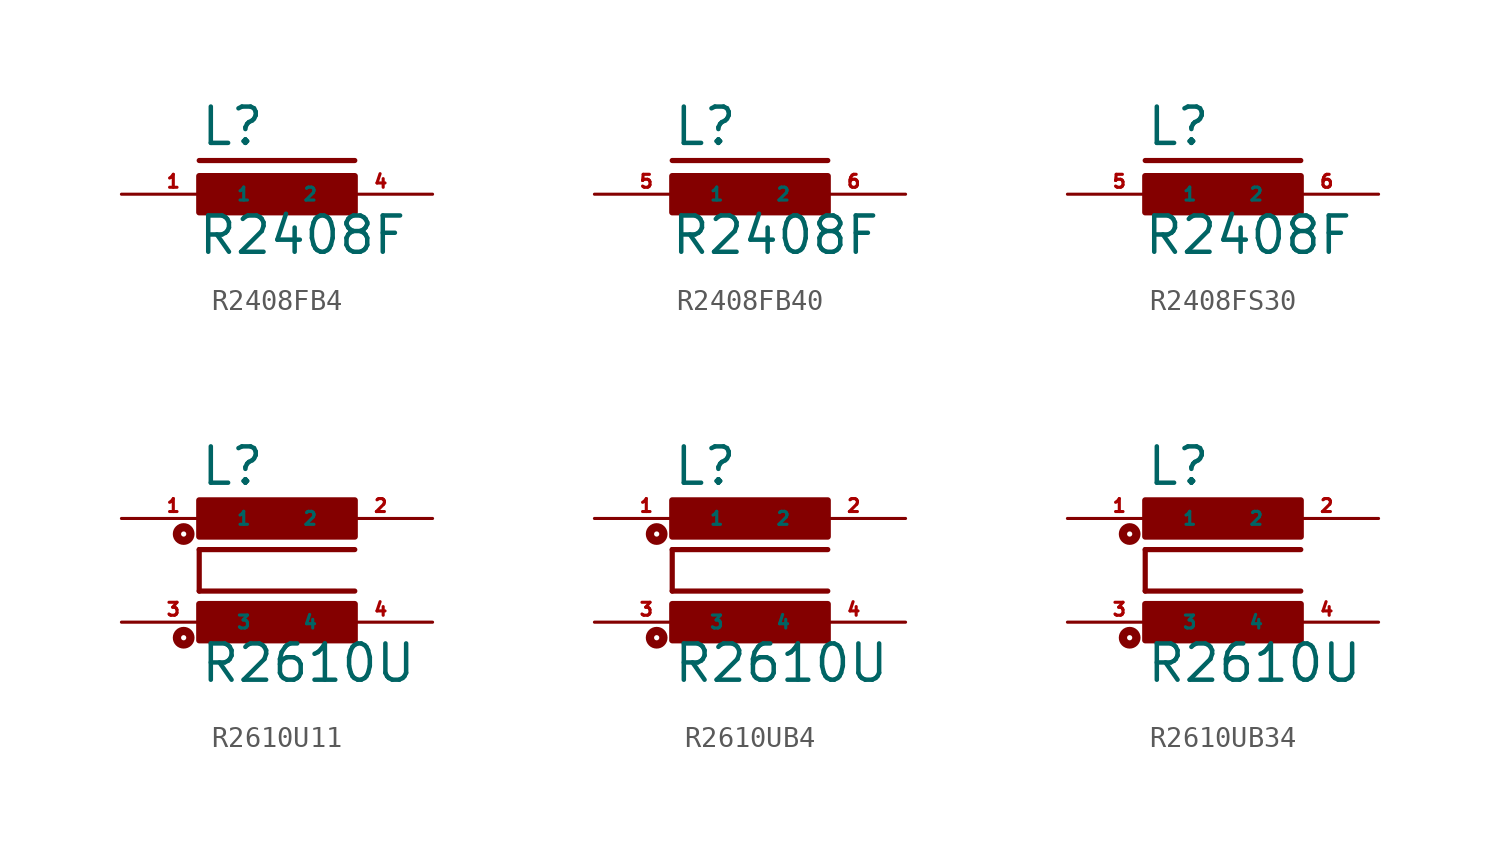
<source format=kicad_sym>
(kicad_symbol_lib
  (version 20220914)
  (generator Eagle2Kicad)
  (symbol "R2408FB4"
    (property "Reference" "L"
      (at -3.81 2.286 0)
      (effects (font (size 1.778 1.778) (thickness 0.22)) (justify left bottom)))
    (property "Value" "R2408F"
      (at -3.937 -3.048 0)
      (effects (font (size 1.778 1.778) (thickness 0.22)) (justify left bottom)))
    (polyline
      (pts (xy -3.81 1.651) (xy 3.81 1.651))
      (stroke (width 0.254) (type default))
      (fill (type none)))
    (rectangle
      (start -3.81 -0.889)
      (end 3.81 0.889)
      (stroke (width 0.3) (type default))
      (fill (type outline)))
    (pin passive line
      (at 7.62 0 180)
      (length 5.08)
      (name "2" (effects (font (size 0.635 0.635) (thickness 0.08)) (justify left bottom)))
      (number "4" (effects (font (size 0.635 0.635) (thickness 0.08)) (justify left bottom))))
    (pin passive line
      (at -7.62 0 0)
      (length 5.08)
      (name "1" (effects (font (size 0.635 0.635) (thickness 0.08)) (justify left bottom)))
      (number "1" (effects (font (size 0.635 0.635) (thickness 0.08)) (justify left bottom)))))
  (symbol "R2408FB40"
    (property "Reference" "L"
      (at -3.81 2.286 0)
      (effects (font (size 1.778 1.778) (thickness 0.22)) (justify left bottom)))
    (property "Value" "R2408F"
      (at -3.937 -3.048 0)
      (effects (font (size 1.778 1.778) (thickness 0.22)) (justify left bottom)))
    (polyline
      (pts (xy -3.81 1.651) (xy 3.81 1.651))
      (stroke (width 0.254) (type default))
      (fill (type none)))
    (rectangle
      (start -3.81 -0.889)
      (end 3.81 0.889)
      (stroke (width 0.3) (type default))
      (fill (type outline)))
    (pin passive line
      (at 7.62 0 180)
      (length 5.08)
      (name "2" (effects (font (size 0.635 0.635) (thickness 0.08)) (justify left bottom)))
      (number "6" (effects (font (size 0.635 0.635) (thickness 0.08)) (justify left bottom))))
    (pin passive line
      (at -7.62 0 0)
      (length 5.08)
      (name "1" (effects (font (size 0.635 0.635) (thickness 0.08)) (justify left bottom)))
      (number "5" (effects (font (size 0.635 0.635) (thickness 0.08)) (justify left bottom)))))
  (symbol "R2408FS30"
    (property "Reference" "L"
      (at -3.81 2.286 0)
      (effects (font (size 1.778 1.778) (thickness 0.22)) (justify left bottom)))
    (property "Value" "R2408F"
      (at -3.937 -3.048 0)
      (effects (font (size 1.778 1.778) (thickness 0.22)) (justify left bottom)))
    (polyline
      (pts (xy -3.81 1.651) (xy 3.81 1.651))
      (stroke (width 0.254) (type default))
      (fill (type none)))
    (rectangle
      (start -3.81 -0.889)
      (end 3.81 0.889)
      (stroke (width 0.3) (type default))
      (fill (type outline)))
    (pin passive line
      (at 7.62 0 180)
      (length 5.08)
      (name "2" (effects (font (size 0.635 0.635) (thickness 0.08)) (justify left bottom)))
      (number "6" (effects (font (size 0.635 0.635) (thickness 0.08)) (justify left bottom))))
    (pin passive line
      (at -7.62 0 0)
      (length 5.08)
      (name "1" (effects (font (size 0.635 0.635) (thickness 0.08)) (justify left bottom)))
      (number "5" (effects (font (size 0.635 0.635) (thickness 0.08)) (justify left bottom)))))
  (symbol "R2610U11"
    (property "Reference" "L"
      (at -3.81 4.064 0)
      (effects (font (size 1.778 1.778) (thickness 0.22)) (justify left bottom)))
    (property "Value" "R2610U"
      (at -3.81 -5.588 0)
      (effects (font (size 1.778 1.778) (thickness 0.22)) (justify left bottom)))
    (polyline
      (pts (xy 3.81 1.016) (xy -3.81 1.016))
      (stroke (width 0.254) (type default))
      (fill (type none)))
    (polyline
      (pts (xy -3.81 -1.016) (xy -3.81 1.016))
      (stroke (width 0.254) (type default))
      (fill (type none)))
    (polyline
      (pts (xy -3.81 -1.016) (xy 3.81 -1.016))
      (stroke (width 0.254) (type default))
      (fill (type none)))
    (circle
      (center -4.572 -3.302)
      (radius 0.127)
      (stroke (width 0.406) (type default))
      (fill (type none)))
    (circle
      (center -4.572 1.778)
      (radius 0.127)
      (stroke (width 0.406) (type default))
      (fill (type none)))
    (rectangle
      (start -3.81 1.651)
      (end 3.81 3.429)
      (stroke (width 0.3) (type default))
      (fill (type outline)))
    (rectangle
      (start -3.81 -3.429)
      (end 3.81 -1.651)
      (stroke (width 0.3) (type default))
      (fill (type outline)))
    (pin passive line
      (at 7.62 2.54 180)
      (length 5.08)
      (name "2" (effects (font (size 0.635 0.635) (thickness 0.08)) (justify left bottom)))
      (number "2" (effects (font (size 0.635 0.635) (thickness 0.08)) (justify left bottom))))
    (pin passive line
      (at -7.62 2.54 0)
      (length 5.08)
      (name "1" (effects (font (size 0.635 0.635) (thickness 0.08)) (justify left bottom)))
      (number "1" (effects (font (size 0.635 0.635) (thickness 0.08)) (justify left bottom))))
    (pin passive line
      (at -7.62 -2.54 0)
      (length 5.08)
      (name "3" (effects (font (size 0.635 0.635) (thickness 0.08)) (justify left bottom)))
      (number "3" (effects (font (size 0.635 0.635) (thickness 0.08)) (justify left bottom))))
    (pin passive line
      (at 7.62 -2.54 180)
      (length 5.08)
      (name "4" (effects (font (size 0.635 0.635) (thickness 0.08)) (justify left bottom)))
      (number "4" (effects (font (size 0.635 0.635) (thickness 0.08)) (justify left bottom)))))
  (symbol "R2610UB4"
    (property "Reference" "L"
      (at -3.81 4.064 0)
      (effects (font (size 1.778 1.778) (thickness 0.22)) (justify left bottom)))
    (property "Value" "R2610U"
      (at -3.81 -5.588 0)
      (effects (font (size 1.778 1.778) (thickness 0.22)) (justify left bottom)))
    (polyline
      (pts (xy 3.81 1.016) (xy -3.81 1.016))
      (stroke (width 0.254) (type default))
      (fill (type none)))
    (polyline
      (pts (xy -3.81 -1.016) (xy -3.81 1.016))
      (stroke (width 0.254) (type default))
      (fill (type none)))
    (polyline
      (pts (xy -3.81 -1.016) (xy 3.81 -1.016))
      (stroke (width 0.254) (type default))
      (fill (type none)))
    (circle
      (center -4.572 -3.302)
      (radius 0.127)
      (stroke (width 0.406) (type default))
      (fill (type none)))
    (circle
      (center -4.572 1.778)
      (radius 0.127)
      (stroke (width 0.406) (type default))
      (fill (type none)))
    (rectangle
      (start -3.81 1.651)
      (end 3.81 3.429)
      (stroke (width 0.3) (type default))
      (fill (type outline)))
    (rectangle
      (start -3.81 -3.429)
      (end 3.81 -1.651)
      (stroke (width 0.3) (type default))
      (fill (type outline)))
    (pin passive line
      (at 7.62 2.54 180)
      (length 5.08)
      (name "2" (effects (font (size 0.635 0.635) (thickness 0.08)) (justify left bottom)))
      (number "2" (effects (font (size 0.635 0.635) (thickness 0.08)) (justify left bottom))))
    (pin passive line
      (at -7.62 2.54 0)
      (length 5.08)
      (name "1" (effects (font (size 0.635 0.635) (thickness 0.08)) (justify left bottom)))
      (number "1" (effects (font (size 0.635 0.635) (thickness 0.08)) (justify left bottom))))
    (pin passive line
      (at -7.62 -2.54 0)
      (length 5.08)
      (name "3" (effects (font (size 0.635 0.635) (thickness 0.08)) (justify left bottom)))
      (number "3" (effects (font (size 0.635 0.635) (thickness 0.08)) (justify left bottom))))
    (pin passive line
      (at 7.62 -2.54 180)
      (length 5.08)
      (name "4" (effects (font (size 0.635 0.635) (thickness 0.08)) (justify left bottom)))
      (number "4" (effects (font (size 0.635 0.635) (thickness 0.08)) (justify left bottom)))))
  (symbol "R2610UB34"
    (property "Reference" "L"
      (at -3.81 4.064 0)
      (effects (font (size 1.778 1.778) (thickness 0.22)) (justify left bottom)))
    (property "Value" "R2610U"
      (at -3.81 -5.588 0)
      (effects (font (size 1.778 1.778) (thickness 0.22)) (justify left bottom)))
    (polyline
      (pts (xy 3.81 1.016) (xy -3.81 1.016))
      (stroke (width 0.254) (type default))
      (fill (type none)))
    (polyline
      (pts (xy -3.81 -1.016) (xy -3.81 1.016))
      (stroke (width 0.254) (type default))
      (fill (type none)))
    (polyline
      (pts (xy -3.81 -1.016) (xy 3.81 -1.016))
      (stroke (width 0.254) (type default))
      (fill (type none)))
    (circle
      (center -4.572 -3.302)
      (radius 0.127)
      (stroke (width 0.406) (type default))
      (fill (type none)))
    (circle
      (center -4.572 1.778)
      (radius 0.127)
      (stroke (width 0.406) (type default))
      (fill (type none)))
    (rectangle
      (start -3.81 1.651)
      (end 3.81 3.429)
      (stroke (width 0.3) (type default))
      (fill (type outline)))
    (rectangle
      (start -3.81 -3.429)
      (end 3.81 -1.651)
      (stroke (width 0.3) (type default))
      (fill (type outline)))
    (pin passive line
      (at 7.62 2.54 180)
      (length 5.08)
      (name "2" (effects (font (size 0.635 0.635) (thickness 0.08)) (justify left bottom)))
      (number "2" (effects (font (size 0.635 0.635) (thickness 0.08)) (justify left bottom))))
    (pin passive line
      (at -7.62 2.54 0)
      (length 5.08)
      (name "1" (effects (font (size 0.635 0.635) (thickness 0.08)) (justify left bottom)))
      (number "1" (effects (font (size 0.635 0.635) (thickness 0.08)) (justify left bottom))))
    (pin passive line
      (at -7.62 -2.54 0)
      (length 5.08)
      (name "3" (effects (font (size 0.635 0.635) (thickness 0.08)) (justify left bottom)))
      (number "3" (effects (font (size 0.635 0.635) (thickness 0.08)) (justify left bottom))))
    (pin passive line
      (at 7.62 -2.54 180)
      (length 5.08)
      (name "4" (effects (font (size 0.635 0.635) (thickness 0.08)) (justify left bottom)))
      (number "4" (effects (font (size 0.635 0.635) (thickness 0.08)) (justify left bottom))))))
</source>
